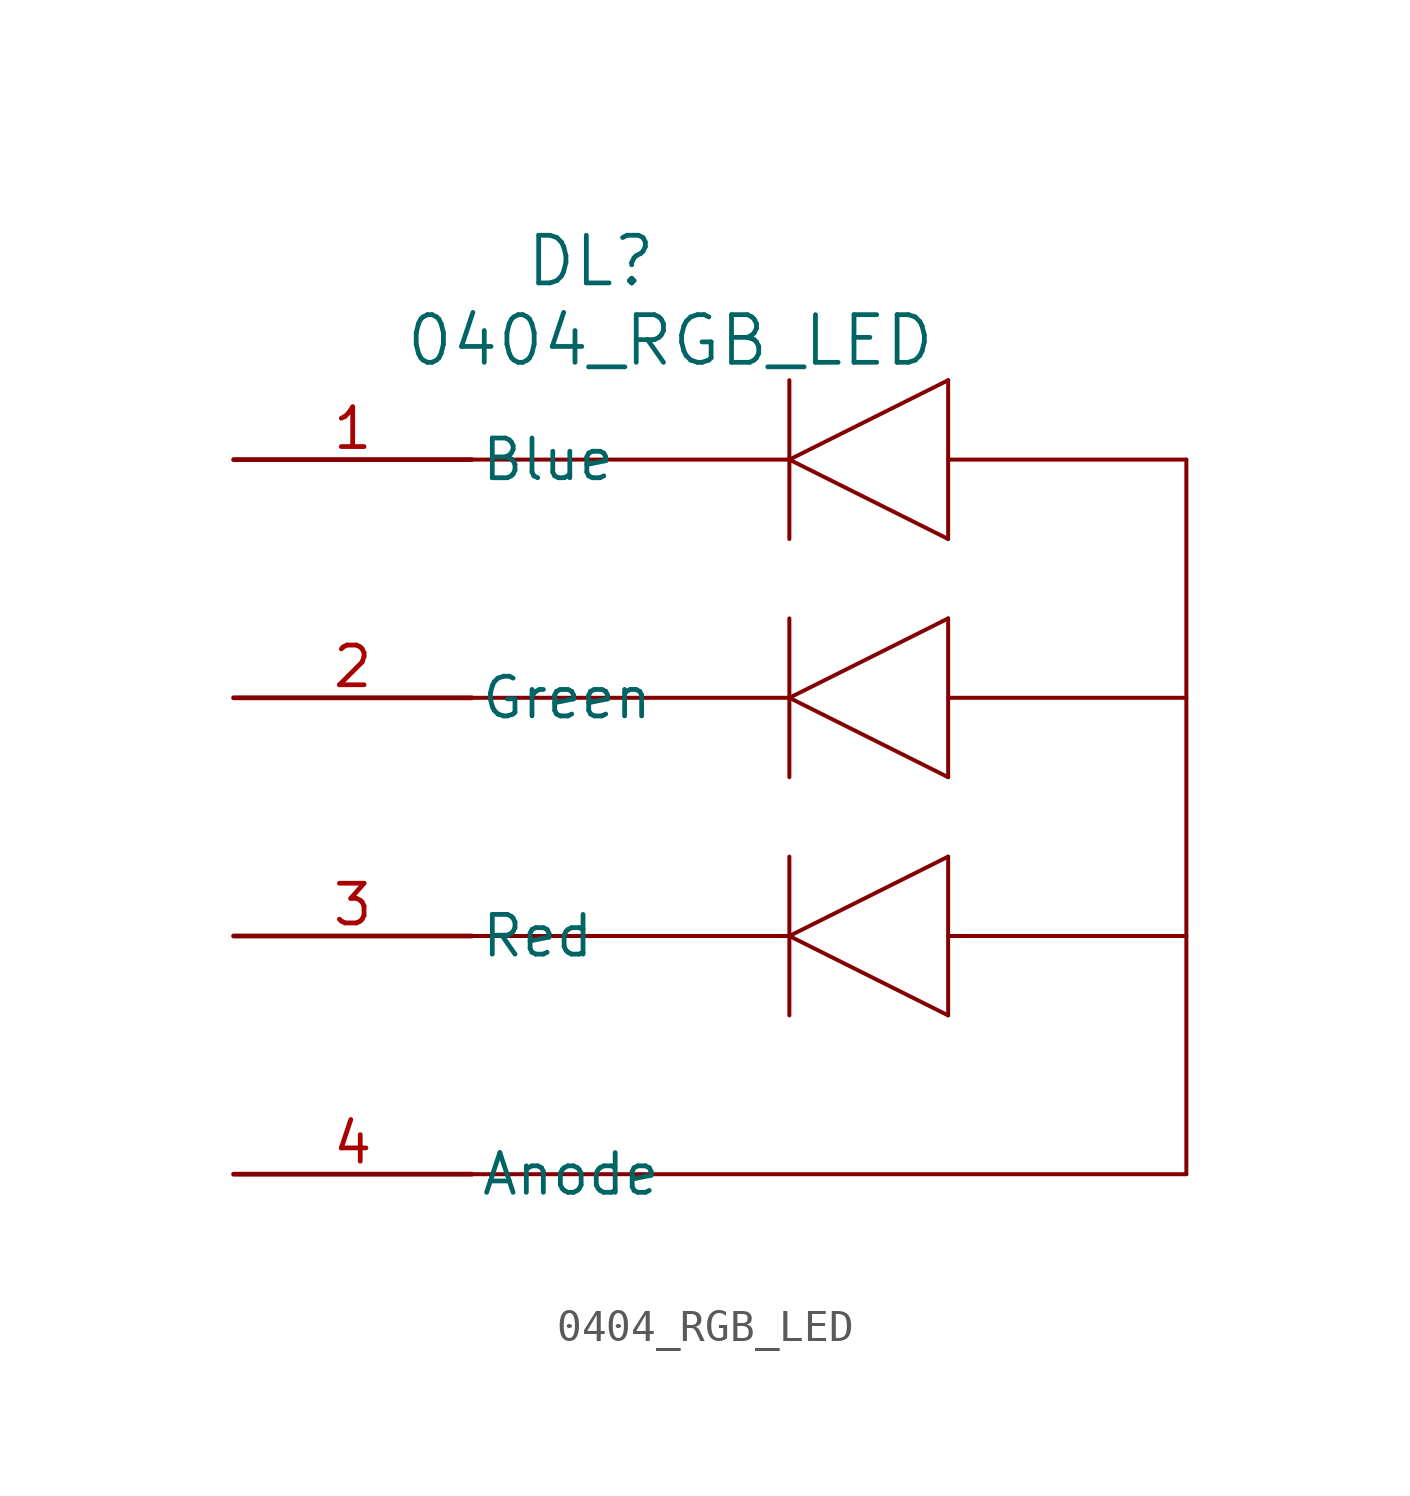
<source format=kicad_sym>
(kicad_symbol_lib
  (version 20220914)
  (generator kicad_symbol_editor)
  (symbol "0404_RGB_LED"
    (pin_names
      (offset 0.254))
    (property "Reference" "DL"
      (at 11.43 6.35 0)
      (effects (font (size 1.524 1.524))))
    (property "Value" "0404_RGB_LED"
      (at 13.97 3.81 0)
      (effects (font (size 1.524 1.524))))
    (symbol "0404_RGB_LED_0_1"
      (polyline (pts (xy 7.62 -15.24) (xy 17.78 -15.24)) (stroke (width 0.127) (type default)) (fill (type none)))
      (polyline (pts (xy 7.62 -7.62) (xy 17.78 -7.62)) (stroke (width 0.127) (type default)) (fill (type none)))
      (polyline (pts (xy 7.62 0) (xy 17.78 0)) (stroke (width 0.127) (type default)) (fill (type none)))
      (polyline (pts (xy 17.78 -17.78) (xy 17.78 -12.7)) (stroke (width 0.127) (type default)) (fill (type none)))
      (polyline (pts (xy 17.78 -15.24) (xy 22.86 -12.7)) (stroke (width 0.127) (type default)) (fill (type none)))
      (polyline (pts (xy 17.78 -10.16) (xy 17.78 -5.08)) (stroke (width 0.127) (type default)) (fill (type none)))
      (polyline (pts (xy 17.78 -7.62) (xy 22.86 -5.08)) (stroke (width 0.127) (type default)) (fill (type none)))
      (polyline (pts (xy 17.78 -2.54) (xy 17.78 2.54)) (stroke (width 0.127) (type default)) (fill (type none)))
      (polyline (pts (xy 17.78 0) (xy 22.86 2.54)) (stroke (width 0.127) (type default)) (fill (type none)))
      (polyline (pts (xy 22.86 -17.78) (xy 17.78 -15.24)) (stroke (width 0.127) (type default)) (fill (type none)))
      (polyline (pts (xy 22.86 -15.24) (xy 30.48 -15.24)) (stroke (width 0.127) (type default)) (fill (type none)))
      (polyline (pts (xy 22.86 -12.7) (xy 22.86 -17.78)) (stroke (width 0.127) (type default)) (fill (type none)))
      (polyline (pts (xy 22.86 -10.16) (xy 17.78 -7.62)) (stroke (width 0.127) (type default)) (fill (type none)))
      (polyline (pts (xy 22.86 -7.62) (xy 30.48 -7.62)) (stroke (width 0.127) (type default)) (fill (type none)))
      (polyline (pts (xy 22.86 -5.08) (xy 22.86 -10.16)) (stroke (width 0.127) (type default)) (fill (type none)))
      (polyline (pts (xy 22.86 -2.54) (xy 17.78 0)) (stroke (width 0.127) (type default)) (fill (type none)))
      (polyline (pts (xy 22.86 0) (xy 30.48 0)) (stroke (width 0.127) (type default)) (fill (type none)))
      (polyline (pts (xy 22.86 2.54) (xy 22.86 -2.54)) (stroke (width 0.127) (type default)) (fill (type none)))
      (polyline (pts (xy 30.48 -22.86) (xy 7.62 -22.86)) (stroke (width 0.127) (type default)) (fill (type none)))
      (polyline (pts (xy 30.48 0) (xy 30.48 -22.86)) (stroke (width 0.127) (type default)) (fill (type none))))
    (symbol "0404_RGB_LED_1_1"
      (pin power_out line (at 0 0 0) (length 7.62) (name "Blue" (effects (font (size 1.27 1.27)))) (number "1" (effects (font (size 1.27 1.27)))))
      (pin power_out line (at 0 -7.62 0) (length 7.62) (name "Green" (effects (font (size 1.27 1.27)))) (number "2" (effects (font (size 1.27 1.27)))))
      (pin power_out line (at 0 -15.24 0) (length 7.62) (name "Red" (effects (font (size 1.27 1.27)))) (number "3" (effects (font (size 1.27 1.27)))))
      (pin power_in line (at 0 -22.86 0) (length 7.62) (name "Anode" (effects (font (size 1.27 1.27)))) (number "4" (effects (font (size 1.27 1.27))))))))
</source>
